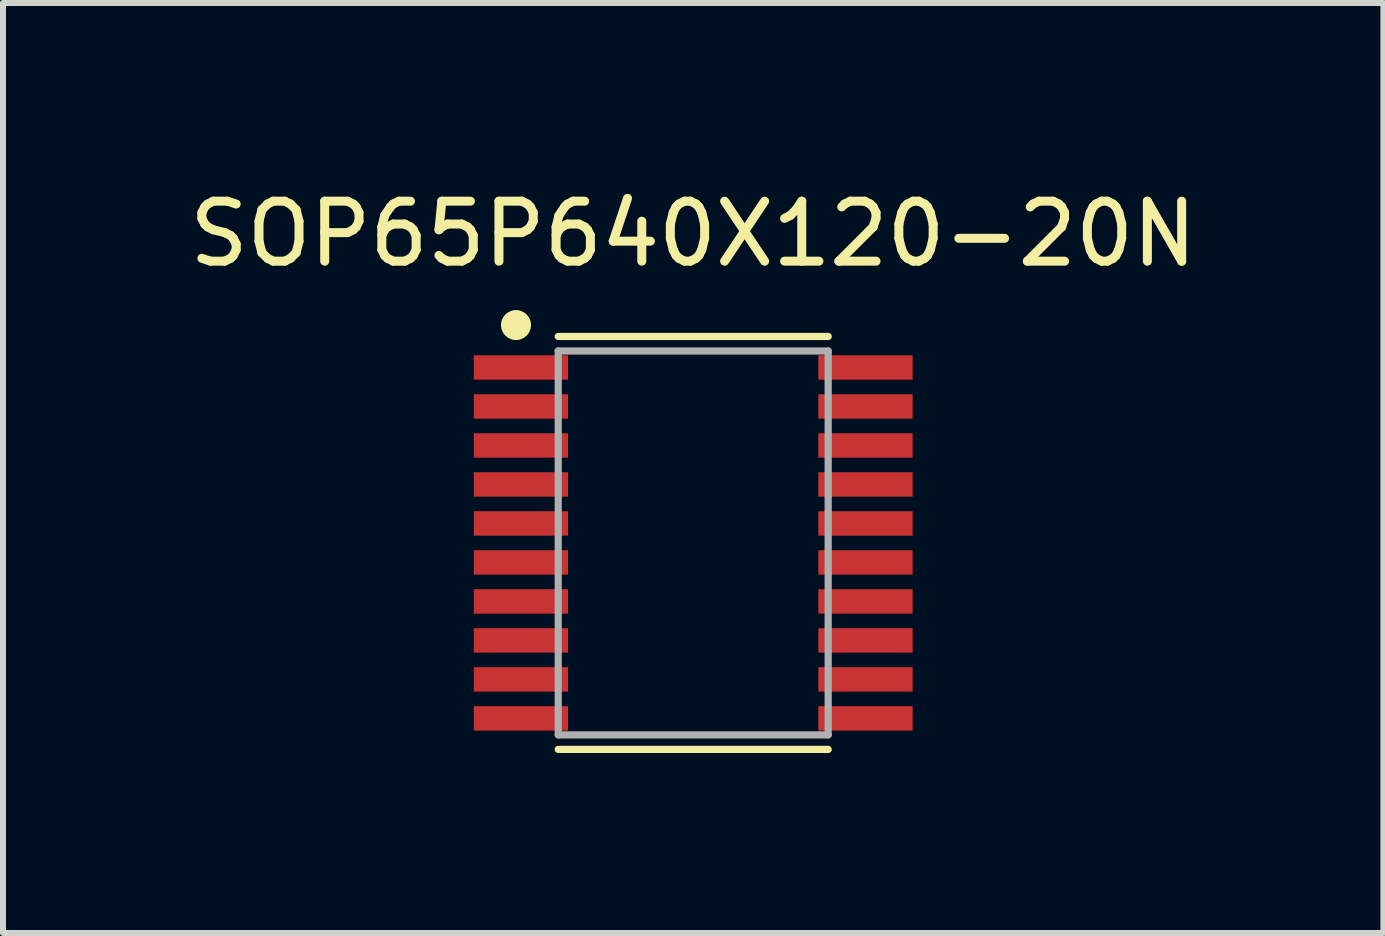
<source format=kicad_pcb>
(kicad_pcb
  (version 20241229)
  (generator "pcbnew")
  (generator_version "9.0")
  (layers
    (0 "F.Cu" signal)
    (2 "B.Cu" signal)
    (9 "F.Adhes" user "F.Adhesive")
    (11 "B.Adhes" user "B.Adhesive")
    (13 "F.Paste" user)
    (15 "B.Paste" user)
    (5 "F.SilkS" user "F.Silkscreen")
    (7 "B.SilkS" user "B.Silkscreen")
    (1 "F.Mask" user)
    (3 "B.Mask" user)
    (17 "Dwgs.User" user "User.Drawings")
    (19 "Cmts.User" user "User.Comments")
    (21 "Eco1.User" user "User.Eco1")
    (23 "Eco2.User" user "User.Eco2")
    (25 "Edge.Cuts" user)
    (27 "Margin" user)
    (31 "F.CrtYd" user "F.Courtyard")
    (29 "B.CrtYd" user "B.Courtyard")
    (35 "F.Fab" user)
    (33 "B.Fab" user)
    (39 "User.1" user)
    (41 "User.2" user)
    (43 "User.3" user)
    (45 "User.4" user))
  (footprint "SOP65P640X120-20N"
    (layer "F.Cu")
    (at 8.506 6.001)
    (property "Reference" "SOP65P640X120-20N" (at 0 -5.152 0) (layer "F.SilkS") (effects (font (size 1 1) (thickness 0.15))))
    (attr smd)
    (fp_line (start -2.25 -3.442) (end 2.25 -3.442) (stroke (width 0.12) (type solid)) (layer "F.SilkS"))
    (fp_line (start -2.25 3.442) (end 2.25 3.442) (stroke (width 0.12) (type solid)) (layer "F.SilkS"))
    (fp_circle (center -2.954 -3.632) (end -2.704 -3.632) (stroke (width 0) (type solid)) (fill yes) (layer "F.SilkS"))
    (fp_line (start -2.25 -3.2) (end 2.25 -3.2) (stroke (width 0.12) (type solid)) (layer "F.Fab"))
    (fp_line (start -2.25 3.2) (end -2.25 -3.2) (stroke (width 0.12) (type solid)) (layer "F.Fab"))
    (fp_line (start 2.25 -3.2) (end 2.25 3.2) (stroke (width 0.12) (type solid)) (layer "F.Fab"))
    (fp_line (start 2.25 3.2) (end -2.25 3.2) (stroke (width 0.12) (type solid)) (layer "F.Fab"))
    (pad "1" smd rect (at -2.872 -2.925) (size 1.572 0.407) (layers "F.Cu" "F.Mask" "F.Paste"))
    (pad "2" smd rect (at -2.872 -2.275) (size 1.572 0.407) (layers "F.Cu" "F.Mask" "F.Paste"))
    (pad "3" smd rect (at -2.872 -1.625) (size 1.572 0.407) (layers "F.Cu" "F.Mask" "F.Paste"))
    (pad "4" smd rect (at -2.872 -0.975) (size 1.572 0.407) (layers "F.Cu" "F.Mask" "F.Paste"))
    (pad "5" smd rect (at -2.872 -0.325) (size 1.572 0.407) (layers "F.Cu" "F.Mask" "F.Paste"))
    (pad "6" smd rect (at -2.872 0.325) (size 1.572 0.407) (layers "F.Cu" "F.Mask" "F.Paste"))
    (pad "7" smd rect (at -2.872 0.975) (size 1.572 0.407) (layers "F.Cu" "F.Mask" "F.Paste"))
    (pad "8" smd rect (at -2.872 1.625) (size 1.572 0.407) (layers "F.Cu" "F.Mask" "F.Paste"))
    (pad "9" smd rect (at -2.872 2.275) (size 1.572 0.407) (layers "F.Cu" "F.Mask" "F.Paste"))
    (pad "10" smd rect (at -2.872 2.925) (size 1.572 0.407) (layers "F.Cu" "F.Mask" "F.Paste"))
    (pad "11" smd rect (at 2.872 2.925) (size 1.572 0.407) (layers "F.Cu" "F.Mask" "F.Paste"))
    (pad "12" smd rect (at 2.872 2.275) (size 1.572 0.407) (layers "F.Cu" "F.Mask" "F.Paste"))
    (pad "13" smd rect (at 2.872 1.625) (size 1.572 0.407) (layers "F.Cu" "F.Mask" "F.Paste"))
    (pad "14" smd rect (at 2.872 0.975) (size 1.572 0.407) (layers "F.Cu" "F.Mask" "F.Paste"))
    (pad "15" smd rect (at 2.872 0.325) (size 1.572 0.407) (layers "F.Cu" "F.Mask" "F.Paste"))
    (pad "16" smd rect (at 2.872 -0.325) (size 1.572 0.407) (layers "F.Cu" "F.Mask" "F.Paste"))
    (pad "17" smd rect (at 2.872 -0.975) (size 1.572 0.407) (layers "F.Cu" "F.Mask" "F.Paste"))
    (pad "18" smd rect (at 2.872 -1.625) (size 1.572 0.407) (layers "F.Cu" "F.Mask" "F.Paste"))
    (pad "19" smd rect (at 2.872 -2.275) (size 1.572 0.407) (layers "F.Cu" "F.Mask" "F.Paste"))
    (pad "20" smd rect (at 2.872 -2.925) (size 1.572 0.407) (layers "F.Cu" "F.Mask" "F.Paste")))
  (gr_rect
    (start -3 -3)
    (end 20.012 12.503)
    (stroke (width 0.1) (type default))
    (fill no)
    (layer "Edge.Cuts")))
</source>
